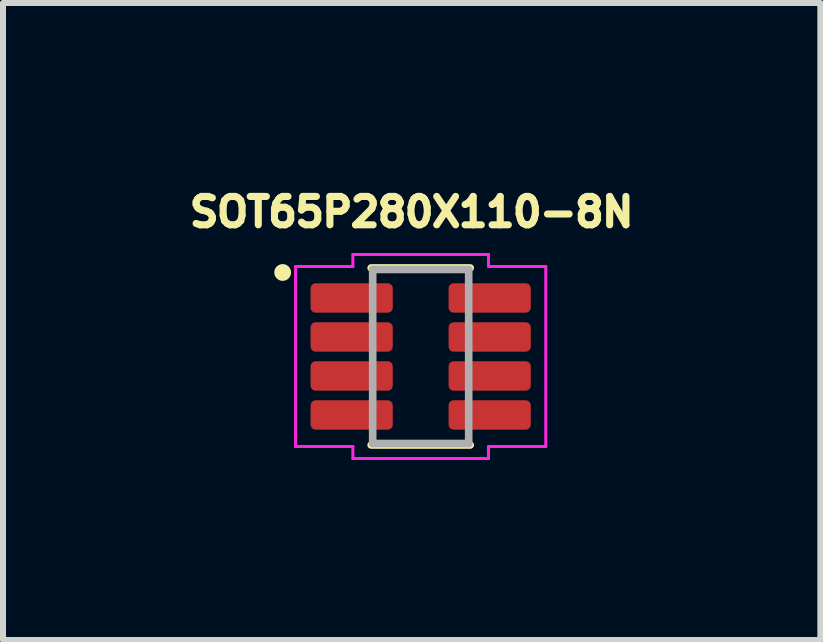
<source format=kicad_pcb>
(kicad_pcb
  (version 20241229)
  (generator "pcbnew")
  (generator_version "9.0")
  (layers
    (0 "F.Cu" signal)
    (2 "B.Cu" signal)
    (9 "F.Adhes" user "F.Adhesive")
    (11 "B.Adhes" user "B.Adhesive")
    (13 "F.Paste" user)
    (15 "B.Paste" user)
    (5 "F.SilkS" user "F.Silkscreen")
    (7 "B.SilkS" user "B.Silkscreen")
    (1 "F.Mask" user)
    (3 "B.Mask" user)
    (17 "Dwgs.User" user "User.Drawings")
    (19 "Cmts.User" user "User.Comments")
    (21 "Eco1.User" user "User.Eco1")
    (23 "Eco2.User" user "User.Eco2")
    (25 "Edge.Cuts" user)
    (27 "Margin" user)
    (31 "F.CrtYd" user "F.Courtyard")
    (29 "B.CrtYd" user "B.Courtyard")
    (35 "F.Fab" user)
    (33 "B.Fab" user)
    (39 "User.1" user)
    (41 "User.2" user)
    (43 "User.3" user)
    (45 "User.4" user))
  (footprint "SOT65P280X110-8N"
    (layer "F.Cu")
    (at 3.961 2.891)
    (property "Reference" "SOT65P280X110-8N" (at -0.15 -2.407 0) (layer "F.SilkS") (effects (font (size 0.473 0.473) (thickness 0.15))))
    (attr smd)
    (fp_line (start -0.825 -1.475) (end 0.825 -1.475) (stroke (width 0.127) (type solid)) (layer "F.SilkS"))
    (fp_line (start -0.825 1.475) (end 0.825 1.475) (stroke (width 0.127) (type solid)) (layer "F.SilkS"))
    (fp_circle (center -2.3 -1.4) (end -2.23 -1.4) (stroke (width 0.14) (type solid)) (fill no) (layer "F.SilkS"))
    (fp_line (start -2.085 -1.5) (end -2.085 1.5) (stroke (width 0.05) (type solid)) (layer "F.CrtYd"))
    (fp_line (start -2.085 1.5) (end -1.13 1.5) (stroke (width 0.05) (type solid)) (layer "F.CrtYd"))
    (fp_line (start -1.13 -1.7) (end -1.13 -1.5) (stroke (width 0.05) (type solid)) (layer "F.CrtYd"))
    (fp_line (start -1.13 -1.5) (end -2.085 -1.5) (stroke (width 0.05) (type solid)) (layer "F.CrtYd"))
    (fp_line (start -1.13 1.5) (end -1.13 1.7) (stroke (width 0.05) (type solid)) (layer "F.CrtYd"))
    (fp_line (start -1.13 1.7) (end 1.13 1.7) (stroke (width 0.05) (type solid)) (layer "F.CrtYd"))
    (fp_line (start 1.13 -1.7) (end -1.13 -1.7) (stroke (width 0.05) (type solid)) (layer "F.CrtYd"))
    (fp_line (start 1.13 -1.5) (end 1.13 -1.7) (stroke (width 0.05) (type solid)) (layer "F.CrtYd"))
    (fp_line (start 1.13 1.5) (end 2.085 1.5) (stroke (width 0.05) (type solid)) (layer "F.CrtYd"))
    (fp_line (start 1.13 1.7) (end 1.13 1.5) (stroke (width 0.05) (type solid)) (layer "F.CrtYd"))
    (fp_line (start 2.085 -1.5) (end 1.13 -1.5) (stroke (width 0.05) (type solid)) (layer "F.CrtYd"))
    (fp_line (start 2.085 1.5) (end 2.085 -1.5) (stroke (width 0.05) (type solid)) (layer "F.CrtYd"))
    (fp_line (start -0.8 -1.45) (end -0.8 1.45) (stroke (width 0.127) (type solid)) (layer "F.Fab"))
    (fp_line (start -0.8 1.45) (end 0.8 1.45) (stroke (width 0.127) (type solid)) (layer "F.Fab"))
    (fp_line (start 0.8 -1.45) (end -0.8 -1.45) (stroke (width 0.127) (type solid)) (layer "F.Fab"))
    (fp_line (start 0.8 1.45) (end 0.8 -1.45) (stroke (width 0.127) (type solid)) (layer "F.Fab"))
    (pad "1" smd roundrect (at -1.15 -0.975 270) (size 0.49 1.37) (layers "F.Cu" "F.Mask" "F.Paste") (roundrect_rratio 0.17))
    (pad "2" smd roundrect (at -1.15 -0.325 270) (size 0.49 1.37) (layers "F.Cu" "F.Mask" "F.Paste") (roundrect_rratio 0.17))
    (pad "3" smd roundrect (at -1.15 0.325 270) (size 0.49 1.37) (layers "F.Cu" "F.Mask" "F.Paste") (roundrect_rratio 0.17))
    (pad "4" smd roundrect (at -1.15 0.975 270) (size 0.49 1.37) (layers "F.Cu" "F.Mask" "F.Paste") (roundrect_rratio 0.17))
    (pad "5" smd roundrect (at 1.15 0.975 270) (size 0.49 1.37) (layers "F.Cu" "F.Mask" "F.Paste") (roundrect_rratio 0.17))
    (pad "6" smd roundrect (at 1.15 0.325 270) (size 0.49 1.37) (layers "F.Cu" "F.Mask" "F.Paste") (roundrect_rratio 0.17))
    (pad "7" smd roundrect (at 1.15 -0.325 270) (size 0.49 1.37) (layers "F.Cu" "F.Mask" "F.Paste") (roundrect_rratio 0.17))
    (pad "8" smd roundrect (at 1.15 -0.975 270) (size 0.49 1.37) (layers "F.Cu" "F.Mask" "F.Paste") (roundrect_rratio 0.17)))
  (gr_rect
    (start -3 -3)
    (end 10.622 7.616)
    (stroke (width 0.1) (type default))
    (fill no)
    (layer "Edge.Cuts")))
</source>
